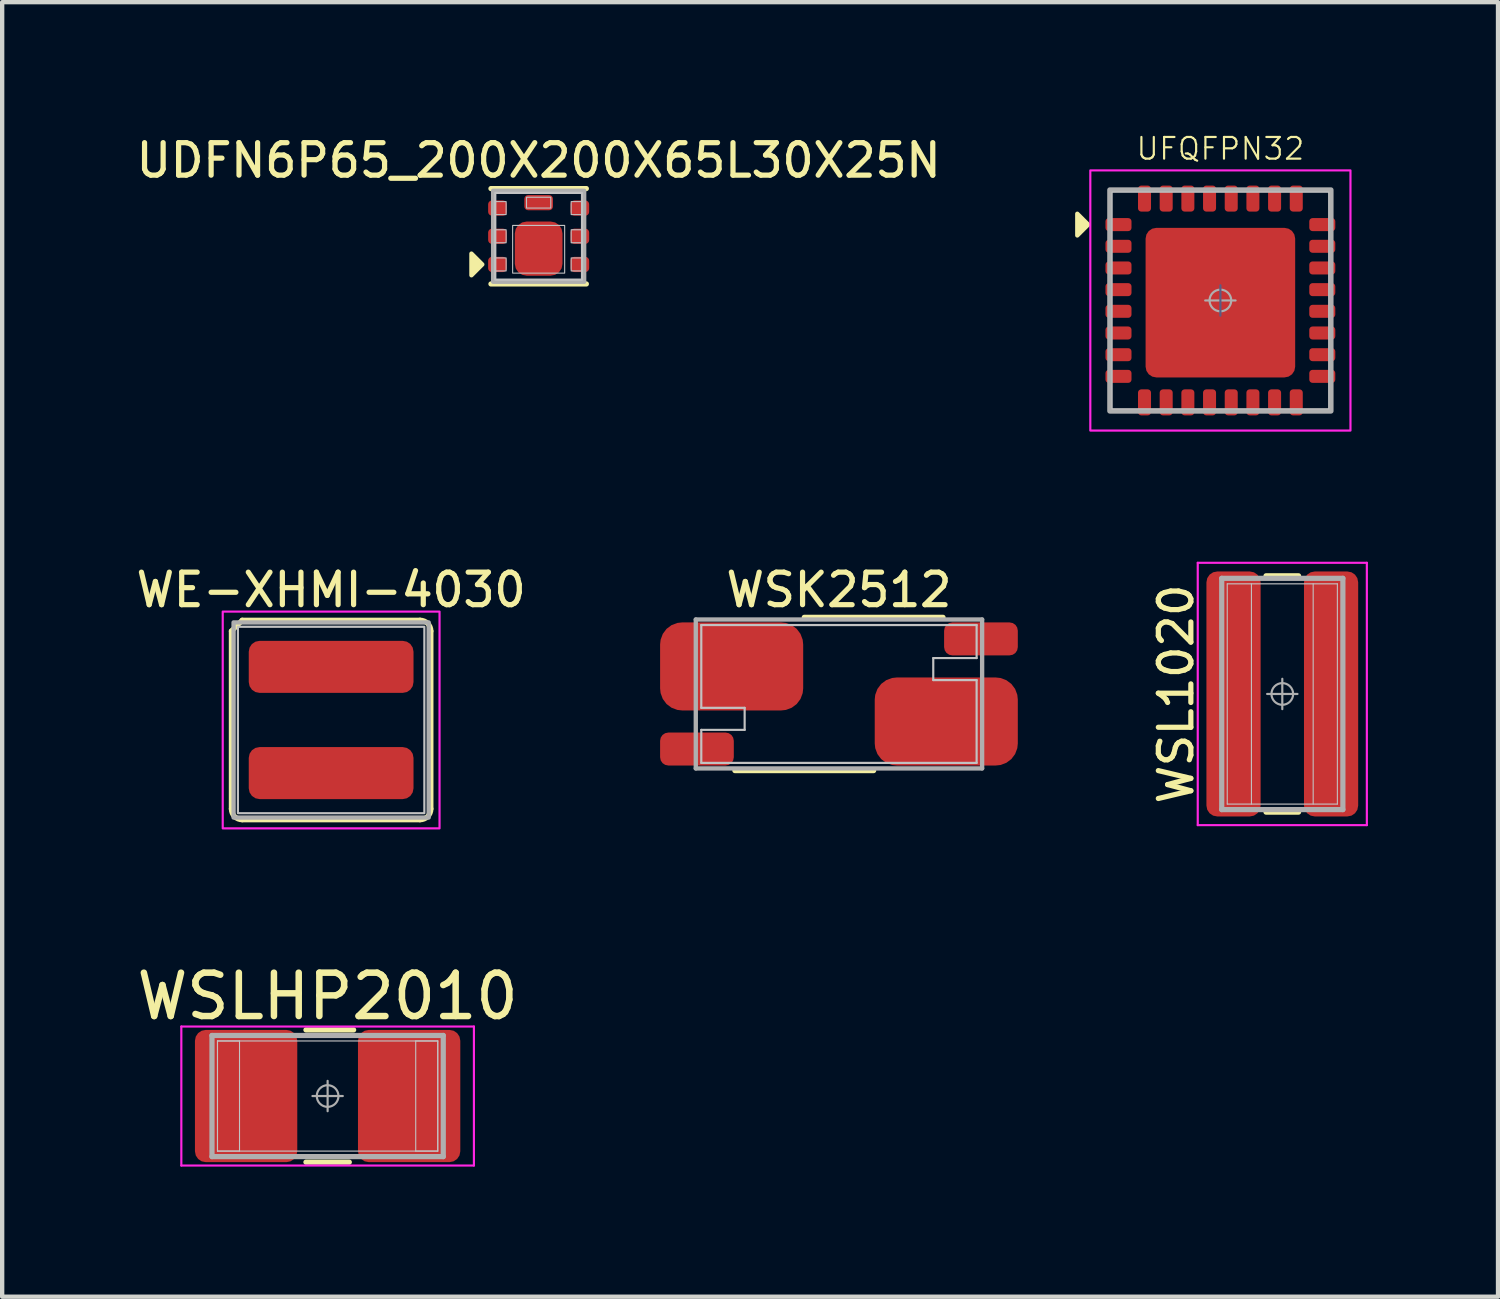
<source format=kicad_pcb>
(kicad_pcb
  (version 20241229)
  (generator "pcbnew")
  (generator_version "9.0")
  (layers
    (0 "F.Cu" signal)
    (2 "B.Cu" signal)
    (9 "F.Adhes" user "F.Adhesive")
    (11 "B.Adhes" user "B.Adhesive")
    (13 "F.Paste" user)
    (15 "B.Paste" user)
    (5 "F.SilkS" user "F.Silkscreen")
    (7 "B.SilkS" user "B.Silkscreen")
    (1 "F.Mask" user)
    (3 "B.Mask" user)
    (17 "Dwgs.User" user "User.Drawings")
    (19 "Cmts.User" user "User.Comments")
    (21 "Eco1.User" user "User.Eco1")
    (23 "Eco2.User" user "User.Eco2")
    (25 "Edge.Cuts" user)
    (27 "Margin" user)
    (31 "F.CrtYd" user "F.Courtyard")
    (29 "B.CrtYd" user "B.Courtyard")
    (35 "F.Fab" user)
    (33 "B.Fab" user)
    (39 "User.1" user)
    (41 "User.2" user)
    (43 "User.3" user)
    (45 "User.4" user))
  (footprint "WSLHP2010"
    (layer "F.Cu")
    (at 4.506 22.228)
    (property "Reference" "WSLHP2010" (at 0 -2.3 0) (layer "F.SilkS") (effects (font (size 1 1) (thickness 0.15))))
    (attr smd)
    (fp_line (start -0.5 -1.525) (end 0.6 -1.525) (stroke (width 0.12) (type solid)) (layer "F.SilkS"))
    (fp_line (start -0.5 1.525) (end 0.5 1.525) (stroke (width 0.12) (type solid)) (layer "F.SilkS"))
    (fp_line (start -2.54 -1.27) (end -2.032 -1.27) (stroke (width 0.025) (type solid)) (layer "Dwgs.User"))
    (fp_line (start -2.54 -1.27) (end 2.54 -1.27) (stroke (width 0.025) (type solid)) (layer "Dwgs.User"))
    (fp_line (start -2.54 1.27) (end -2.54 -1.27) (stroke (width 0.025) (type solid)) (layer "Dwgs.User"))
    (fp_line (start -2.54 1.27) (end -2.54 -1.27) (stroke (width 0.025) (type solid)) (layer "Dwgs.User"))
    (fp_line (start -2.032 -1.27) (end -2.032 1.27) (stroke (width 0.025) (type solid)) (layer "Dwgs.User"))
    (fp_line (start -2.032 1.27) (end -2.54 1.27) (stroke (width 0.025) (type solid)) (layer "Dwgs.User"))
    (fp_line (start 2.032 -1.27) (end 2.54 -1.27) (stroke (width 0.025) (type solid)) (layer "Dwgs.User"))
    (fp_line (start 2.032 1.27) (end 2.032 -1.27) (stroke (width 0.025) (type solid)) (layer "Dwgs.User"))
    (fp_line (start 2.54 -1.27) (end 2.54 1.27) (stroke (width 0.025) (type solid)) (layer "Dwgs.User"))
    (fp_line (start 2.54 -1.27) (end 2.54 1.27) (stroke (width 0.025) (type solid)) (layer "Dwgs.User"))
    (fp_line (start 2.54 1.27) (end -2.54 1.27) (stroke (width 0.025) (type solid)) (layer "Dwgs.User"))
    (fp_line (start 2.54 1.27) (end 2.032 1.27) (stroke (width 0.025) (type solid)) (layer "Dwgs.User"))
    (fp_line (start -3.374 -1.603) (end 3.374 -1.603) (stroke (width 0.05) (type solid)) (layer "F.CrtYd"))
    (fp_line (start -3.374 1.603) (end -3.374 -1.603) (stroke (width 0.05) (type solid)) (layer "F.CrtYd"))
    (fp_line (start 3.374 -1.603) (end 3.374 1.603) (stroke (width 0.05) (type solid)) (layer "F.CrtYd"))
    (fp_line (start 3.374 1.603) (end -3.374 1.603) (stroke (width 0.05) (type solid)) (layer "F.CrtYd"))
    (fp_line (start -2.667 -1.397) (end 2.667 -1.397) (stroke (width 0.12) (type solid)) (layer "F.Fab"))
    (fp_line (start -2.667 1.397) (end -2.667 -1.397) (stroke (width 0.12) (type solid)) (layer "F.Fab"))
    (fp_line (start 0 -0.35) (end 0 0.35) (stroke (width 0.05) (type solid)) (layer "F.Fab"))
    (fp_line (start 0.35 0) (end -0.35 0) (stroke (width 0.05) (type solid)) (layer "F.Fab"))
    (fp_line (start 2.667 -1.397) (end 2.667 1.397) (stroke (width 0.12) (type solid)) (layer "F.Fab"))
    (fp_line (start 2.667 1.397) (end -2.667 1.397) (stroke (width 0.12) (type solid)) (layer "F.Fab"))
    (fp_circle (center 0 0) (end 0.25 0) (stroke (width 0.05) (type solid)) (fill no) (layer "F.Fab"))
    (pad "1" smd roundrect (at -1.88 0) (size 2.36 3.05) (layers "F.Cu" "F.Mask" "F.Paste") (roundrect_rratio 0.106))
    (pad "2" smd roundrect (at 1.88 0) (size 2.36 3.05) (layers "F.Cu" "F.Mask" "F.Paste") (roundrect_rratio 0.106)))
  (footprint "WSL1020"
    (layer "F.Cu")
    (at 26.524 12.955)
    (property "Reference" "WSL1020" (at -2.45 0 270) (layer "F.SilkS") (effects (font (size 0.75 0.75) (thickness 0.12))))
    (attr smd)
    (fp_line (start -0.375 -2.725) (end 0.375 -2.725) (stroke (width 0.12) (type solid)) (layer "F.SilkS"))
    (fp_line (start -0.375 2.725) (end 0.375 2.725) (stroke (width 0.12) (type solid)) (layer "F.SilkS"))
    (fp_line (start -1.27 -2.54) (end 1.27 -2.54) (stroke (width 0.025) (type solid)) (layer "Dwgs.User"))
    (fp_line (start -1.27 2.54) (end -1.27 -2.54) (stroke (width 0.025) (type solid)) (layer "Dwgs.User"))
    (fp_line (start -0.712 -2.54) (end -0.712 2.54) (stroke (width 0.025) (type solid)) (layer "Dwgs.User"))
    (fp_line (start 0.712 2.54) (end 0.712 -2.54) (stroke (width 0.025) (type solid)) (layer "Dwgs.User"))
    (fp_line (start 1.27 -2.54) (end 1.27 2.54) (stroke (width 0.025) (type solid)) (layer "Dwgs.User"))
    (fp_line (start 1.27 2.54) (end -1.27 2.54) (stroke (width 0.025) (type solid)) (layer "Dwgs.User"))
    (fp_line (start -1.95 -3.025) (end 1.95 -3.025) (stroke (width 0.05) (type solid)) (layer "F.CrtYd"))
    (fp_line (start -1.95 3.025) (end -1.95 -3.025) (stroke (width 0.05) (type solid)) (layer "F.CrtYd"))
    (fp_line (start 1.95 -3.025) (end 1.95 3.025) (stroke (width 0.05) (type solid)) (layer "F.CrtYd"))
    (fp_line (start 1.95 3.025) (end -1.95 3.025) (stroke (width 0.05) (type solid)) (layer "F.CrtYd"))
    (fp_line (start -1.397 -2.667) (end 1.397 -2.667) (stroke (width 0.12) (type solid)) (layer "F.Fab"))
    (fp_line (start -1.397 2.667) (end -1.397 -2.667) (stroke (width 0.12) (type solid)) (layer "F.Fab"))
    (fp_line (start 0 -0.35) (end 0 0.35) (stroke (width 0.05) (type solid)) (layer "F.Fab"))
    (fp_line (start 0.35 0) (end -0.35 0) (stroke (width 0.05) (type solid)) (layer "F.Fab"))
    (fp_line (start 1.397 -2.667) (end 1.397 2.667) (stroke (width 0.12) (type solid)) (layer "F.Fab"))
    (fp_line (start 1.397 2.667) (end -1.397 2.667) (stroke (width 0.12) (type solid)) (layer "F.Fab"))
    (fp_circle (center 0 0) (end 0.25 0) (stroke (width 0.05) (type solid)) (fill no) (layer "F.Fab"))
    (pad "1" smd roundrect (at -1.125 0) (size 1.25 5.65) (layers "F.Cu" "F.Mask" "F.Paste") (roundrect_rratio 0.2))
    (pad "2" smd roundrect (at 1.125 0) (size 1.25 5.65) (layers "F.Cu" "F.Mask" "F.Paste") (roundrect_rratio 0.2)))
  (footprint "WE-XHMI-4030"
    (layer "F.Cu")
    (at 4.587 13.555)
    (property "Reference" "WE-XHMI-4030" (at 0 -3 0) (unlocked yes) (layer "F.SilkS") (effects (font (size 0.75 0.75) (thickness 0.12))))
    (attr smd)
    (fp_line (start -2.3 2.05) (end -2.3 -2.05) (stroke (width 0.12) (type default)) (layer "F.SilkS"))
    (fp_line (start -2.05 -2.3) (end -2.3 -2.05) (stroke (width 0.12) (type default)) (layer "F.SilkS"))
    (fp_line (start -2.05 -2.3) (end 2.05 -2.3) (stroke (width 0.12) (type default)) (layer "F.SilkS"))
    (fp_line (start 2.05 2.3) (end -2.05 2.3) (stroke (width 0.12) (type default)) (layer "F.SilkS"))
    (fp_line (start 2.3 -2.05) (end 2.3 2.05) (stroke (width 0.12) (type default)) (layer "F.SilkS"))
    (fp_arc (start -2.05 2.3) (mid -2.226777 2.226777) (end -2.3 2.05) (stroke (width 0.12) (type default)) (layer "F.SilkS"))
    (fp_arc (start 2.05 -2.3) (mid 2.226777 -2.226777) (end 2.3 -2.05) (stroke (width 0.12) (type default)) (layer "F.SilkS"))
    (fp_arc (start 2.3 2.05) (mid 2.226777 2.226777) (end 2.05 2.3) (stroke (width 0.12) (type default)) (layer "F.SilkS"))
    (fp_rect (start -2.15 -2.15) (end 2.15 2.15) (stroke (width 0.05) (type default)) (fill no) (layer "Dwgs.User"))
    (fp_rect (start -2.5 -2.5) (end 2.5 2.5) (stroke (width 0.05) (type default)) (fill no) (layer "F.CrtYd"))
    (fp_rect (start -2.25 -2.25) (end 2.25 2.25) (stroke (width 0.1) (type default)) (fill no) (layer "F.Fab"))
    (pad "1" smd roundrect (at 0 1.225) (size 3.8 1.2) (layers "F.Cu" "F.Mask" "F.Paste") (roundrect_rratio 0.208))
    (pad "2" smd roundrect (at 0 -1.225) (size 3.8 1.2) (layers "F.Cu" "F.Mask" "F.Paste") (roundrect_rratio 0.208)))
  (footprint "UDFN6P65_200X200X65L30X25N"
    (layer "F.Cu")
    (at 9.373 2.399)
    (property "Reference" "UDFN6P65_200X200X65L30X25N" (at 0 -1.75 0) (unlocked yes) (layer "F.SilkS") (effects (font (size 0.75 0.75) (thickness 0.12))))
    (attr smd)
    (fp_line (start 1.1 -1.1) (end -1.1 -1.1) (stroke (width 0.12) (type default)) (layer "F.SilkS"))
    (fp_line (start 1.1 1.1) (end -1.1 1.1) (stroke (width 0.12) (type default)) (layer "F.SilkS"))
    (fp_poly (pts (xy -1.3 0.65) (xy -1.55 0.9) (xy -1.55 0.4)) (stroke (width 0.1) (type solid)) (fill yes) (layer "F.SilkS"))
    (fp_rect (start -1 -1) (end 1 1) (stroke (width 0.05) (type default)) (fill no) (layer "Dwgs.User"))
    (fp_rect (start -1 -0.8) (end -0.75 -0.5) (stroke (width 0.025) (type default)) (fill no) (layer "Dwgs.User"))
    (fp_rect (start -1 -0.15) (end -0.75 0.15) (stroke (width 0.025) (type default)) (fill no) (layer "Dwgs.User"))
    (fp_rect (start -1 0.5) (end -0.75 0.8) (stroke (width 0.025) (type default)) (fill no) (layer "Dwgs.User"))
    (fp_rect (start -0.6 -0.25) (end 0.6 0.85) (stroke (width 0.025) (type default)) (fill no) (layer "Dwgs.User"))
    (fp_rect (start -0.28 -0.9) (end 0.28 -0.65) (stroke (width 0.025) (type default)) (fill no) (layer "Dwgs.User"))
    (fp_rect (start 0.75 -0.8) (end 1 -0.5) (stroke (width 0.025) (type default)) (fill no) (layer "Dwgs.User"))
    (fp_rect (start 0.75 -0.15) (end 1 0.15) (stroke (width 0.025) (type default)) (fill no) (layer "Dwgs.User"))
    (fp_rect (start 0.75 0.5) (end 1 0.8) (stroke (width 0.025) (type default)) (fill no) (layer "Dwgs.User"))
    (fp_rect (start -1.05 -1.05) (end 1.05 1.05) (stroke (width 0.1) (type default)) (fill no) (layer "F.Fab"))
    (pad "1" smd roundrect (at -0.95 0.65) (size 0.43 0.35) (layers "F.Cu" "F.Mask" "F.Paste") (roundrect_rratio 0.25))
    (pad "2" smd roundrect (at -0.95 0) (size 0.43 0.35) (layers "F.Cu" "F.Mask" "F.Paste") (roundrect_rratio 0.25))
    (pad "3" smd roundrect (at -0.95 -0.65) (size 0.43 0.35) (layers "F.Cu" "F.Mask" "F.Paste") (roundrect_rratio 0.25))
    (pad "4" smd roundrect (at 0.95 -0.65) (size 0.43 0.35) (layers "F.Cu" "F.Mask" "F.Paste") (roundrect_rratio 0.25))
    (pad "5" smd roundrect (at 0.95 0) (size 0.43 0.35) (layers "F.Cu" "F.Mask" "F.Paste") (roundrect_rratio 0.25))
    (pad "6" smd roundrect (at 0.95 0.65) (size 0.43 0.35) (layers "F.Cu" "F.Mask" "F.Paste") (roundrect_rratio 0.25))
    (pad "7" smd roundrect (at 0 0.285) (size 1.1 1.25) (layers "F.Cu" "F.Mask" "F.Paste") (roundrect_rratio 0.25))
    (pad "8" smd roundrect (at 0 -0.775) (size 0.66 0.35) (layers "F.Cu" "F.Mask" "F.Paste") (roundrect_rratio 0.25)))
  (footprint "UFQFPN32"
    (layer "F.Cu")
    (at 25.096 3.88)
    (property "Reference" "UFQFPN32" (at 0 -3.5 0) (unlocked yes) (layer "F.SilkS") (effects (font (size 0.5 0.5) (thickness 0.05))))
    (attr smd)
    (fp_poly (pts (xy -3.05 -1.75) (xy -3.3 -1.5) (xy -3.3 -2)) (stroke (width 0.1) (type solid)) (fill yes) (layer "F.SilkS"))
    (fp_rect (start -2.5 -2.5) (end 2.5 2.5) (stroke (width 0.025) (type default)) (fill no) (layer "Dwgs.User"))
    (fp_rect (start -3 -3) (end 3 3) (stroke (width 0.05) (type default)) (fill no) (layer "F.CrtYd"))
    (fp_line (start 0 -0.35) (end 0 0.35) (stroke (width 0.05) (type solid)) (layer "B.Fab"))
    (fp_line (start 0.35 0) (end -0.35 0) (stroke (width 0.05) (type solid)) (layer "F.Fab"))
    (fp_rect (start -2.55 -2.55) (end 2.55 2.55) (stroke (width 0.12) (type default)) (fill no) (layer "F.Fab"))
    (fp_circle (center 0 0) (end 0.25 0) (stroke (width 0.05) (type solid)) (fill no) (layer "F.Fab"))
    (pad "1" smd roundrect (at -2.35 -1.75) (size 0.6 0.3) (layers "F.Cu" "F.Mask" "F.Paste") (roundrect_rratio 0.25))
    (pad "2" smd roundrect (at -2.35 -1.25) (size 0.6 0.3) (layers "F.Cu" "F.Mask" "F.Paste") (roundrect_rratio 0.25))
    (pad "3" smd roundrect (at -2.35 -0.75) (size 0.6 0.3) (layers "F.Cu" "F.Mask" "F.Paste") (roundrect_rratio 0.25))
    (pad "4" smd roundrect (at -2.35 -0.25) (size 0.6 0.3) (layers "F.Cu" "F.Mask" "F.Paste") (roundrect_rratio 0.25))
    (pad "5" smd roundrect (at -2.35 0.25) (size 0.6 0.3) (layers "F.Cu" "F.Mask" "F.Paste") (roundrect_rratio 0.25))
    (pad "6" smd roundrect (at -2.35 0.75) (size 0.6 0.3) (layers "F.Cu" "F.Mask" "F.Paste") (roundrect_rratio 0.25))
    (pad "7" smd roundrect (at -2.35 1.25) (size 0.6 0.3) (layers "F.Cu" "F.Mask" "F.Paste") (roundrect_rratio 0.25))
    (pad "8" smd roundrect (at -2.35 1.75) (size 0.6 0.3) (layers "F.Cu" "F.Mask" "F.Paste") (roundrect_rratio 0.25))
    (pad "9" smd roundrect (at -1.75 2.35 270) (size 0.6 0.3) (layers "F.Cu" "F.Mask" "F.Paste") (roundrect_rratio 0.25))
    (pad "10" smd roundrect (at -1.25 2.35 270) (size 0.6 0.3) (layers "F.Cu" "F.Mask" "F.Paste") (roundrect_rratio 0.25))
    (pad "11" smd roundrect (at -0.75 2.35 270) (size 0.6 0.3) (layers "F.Cu" "F.Mask" "F.Paste") (roundrect_rratio 0.25))
    (pad "12" smd roundrect (at -0.25 2.35 270) (size 0.6 0.3) (layers "F.Cu" "F.Mask" "F.Paste") (roundrect_rratio 0.25))
    (pad "13" smd roundrect (at 0.25 2.35 270) (size 0.6 0.3) (layers "F.Cu" "F.Mask" "F.Paste") (roundrect_rratio 0.25))
    (pad "14" smd roundrect (at 0.75 2.35 270) (size 0.6 0.3) (layers "F.Cu" "F.Mask" "F.Paste") (roundrect_rratio 0.25))
    (pad "15" smd roundrect (at 1.25 2.35 270) (size 0.6 0.3) (layers "F.Cu" "F.Mask" "F.Paste") (roundrect_rratio 0.25))
    (pad "16" smd roundrect (at 1.75 2.35 270) (size 0.6 0.3) (layers "F.Cu" "F.Mask" "F.Paste") (roundrect_rratio 0.25))
    (pad "17" smd roundrect (at 2.35 1.75) (size 0.6 0.3) (layers "F.Cu" "F.Mask" "F.Paste") (roundrect_rratio 0.25))
    (pad "18" smd roundrect (at 2.35 1.25) (size 0.6 0.3) (layers "F.Cu" "F.Mask" "F.Paste") (roundrect_rratio 0.25))
    (pad "19" smd roundrect (at 2.35 0.75) (size 0.6 0.3) (layers "F.Cu" "F.Mask" "F.Paste") (roundrect_rratio 0.25))
    (pad "20" smd roundrect (at 2.35 0.25) (size 0.6 0.3) (layers "F.Cu" "F.Mask" "F.Paste") (roundrect_rratio 0.25))
    (pad "21" smd roundrect (at 2.35 -0.25) (size 0.6 0.3) (layers "F.Cu" "F.Mask" "F.Paste") (roundrect_rratio 0.25))
    (pad "22" smd roundrect (at 2.35 -0.75) (size 0.6 0.3) (layers "F.Cu" "F.Mask" "F.Paste") (roundrect_rratio 0.25))
    (pad "23" smd roundrect (at 2.35 -1.25) (size 0.6 0.3) (layers "F.Cu" "F.Mask" "F.Paste") (roundrect_rratio 0.25))
    (pad "24" smd roundrect (at 2.35 -1.75) (size 0.6 0.3) (layers "F.Cu" "F.Mask" "F.Paste") (roundrect_rratio 0.25))
    (pad "25" smd roundrect (at 1.75 -2.35 90) (size 0.6 0.3) (layers "F.Cu" "F.Mask" "F.Paste") (roundrect_rratio 0.25))
    (pad "26" smd roundrect (at 1.25 -2.35 90) (size 0.6 0.3) (layers "F.Cu" "F.Mask" "F.Paste") (roundrect_rratio 0.25))
    (pad "27" smd roundrect (at 0.75 -2.35 90) (size 0.6 0.3) (layers "F.Cu" "F.Mask" "F.Paste") (roundrect_rratio 0.25))
    (pad "28" smd roundrect (at 0.25 -2.35 90) (size 0.6 0.3) (layers "F.Cu" "F.Mask" "F.Paste") (roundrect_rratio 0.25))
    (pad "29" smd roundrect (at -0.25 -2.35 90) (size 0.6 0.3) (layers "F.Cu" "F.Mask" "F.Paste") (roundrect_rratio 0.25))
    (pad "30" smd roundrect (at -0.75 -2.35 90) (size 0.6 0.3) (layers "F.Cu" "F.Mask" "F.Paste") (roundrect_rratio 0.25))
    (pad "31" smd roundrect (at -1.25 -2.35 90) (size 0.6 0.3) (layers "F.Cu" "F.Mask" "F.Paste") (roundrect_rratio 0.25))
    (pad "32" smd roundrect (at -1.75 -2.35 90) (size 0.6 0.3) (layers "F.Cu" "F.Mask" "F.Paste") (roundrect_rratio 0.25))
    (pad "33" smd roundrect (at 0 0.05 180) (size 3.45 3.45) (layers "F.Cu" "F.Mask" "F.Paste") (roundrect_rratio 0.072)))
  (footprint "WSK2512"
    (layer "F.Cu")
    (at 16.299 12.955)
    (property "Reference" "WSK2512" (at 0 -2.4 0) (unlocked yes) (layer "F.SilkS") (effects (font (size 0.75 0.75) (thickness 0.12))))
    (attr smd)
    (fp_line (start 0.8 1.767) (end -2.4 1.767) (stroke (width 0.12) (type default)) (layer "F.SilkS"))
    (fp_line (start 2.4 -1.767) (end -0.8 -1.767) (stroke (width 0.12) (type default)) (layer "F.SilkS"))
    (fp_line (start -3.175 -1.59) (end -3.175 0.32) (stroke (width 0.05) (type default)) (layer "Dwgs.User"))
    (fp_line (start -3.175 -1.59) (end 3.175 -1.59) (stroke (width 0.05) (type default)) (layer "Dwgs.User"))
    (fp_line (start -3.175 0.32) (end -2.175 0.32) (stroke (width 0.05) (type default)) (layer "Dwgs.User"))
    (fp_line (start -3.175 0.828) (end -3.175 1.59) (stroke (width 0.05) (type default)) (layer "Dwgs.User"))
    (fp_line (start -3.175 0.828) (end -2.175 0.828) (stroke (width 0.05) (type default)) (layer "Dwgs.User"))
    (fp_line (start -3.175 1.59) (end 3.175 1.59) (stroke (width 0.05) (type default)) (layer "Dwgs.User"))
    (fp_line (start -2.175 0.828) (end -2.175 0.32) (stroke (width 0.05) (type default)) (layer "Dwgs.User"))
    (fp_line (start 2.175 -0.828) (end 2.175 -0.32) (stroke (width 0.05) (type default)) (layer "Dwgs.User"))
    (fp_line (start 3.175 -1.59) (end 3.175 -0.828) (stroke (width 0.05) (type default)) (layer "Dwgs.User"))
    (fp_line (start 3.175 -0.828) (end 2.175 -0.828) (stroke (width 0.05) (type default)) (layer "Dwgs.User"))
    (fp_line (start 3.175 -0.32) (end 2.175 -0.32) (stroke (width 0.05) (type default)) (layer "Dwgs.User"))
    (fp_line (start 3.175 -0.32) (end 3.175 1.59) (stroke (width 0.05) (type default)) (layer "Dwgs.User"))
    (fp_line (start -3.302 1.717) (end -3.302 -1.717) (stroke (width 0.1) (type default)) (layer "F.Fab"))
    (fp_line (start 3.302 -1.717) (end -3.302 -1.717) (stroke (width 0.1) (type default)) (layer "F.Fab"))
    (fp_line (start 3.302 -1.717) (end 3.302 1.717) (stroke (width 0.1) (type default)) (layer "F.Fab"))
    (fp_line (start 3.302 1.717) (end -3.302 1.717) (stroke (width 0.1) (type default)) (layer "F.Fab"))
    (pad "1" smd roundrect (at -2.475 -0.635) (size 3.3 2.03) (layers "F.Cu" "F.Mask" "F.Paste") (roundrect_rratio 0.25))
    (pad "2" smd roundrect (at -3.275 1.27) (size 1.7 0.76) (layers "F.Cu" "F.Mask" "F.Paste") (roundrect_rratio 0.25))
    (pad "3" smd roundrect (at 2.475 0.635) (size 3.3 2.03) (layers "F.Cu" "F.Mask" "F.Paste") (roundrect_rratio 0.25))
    (pad "4" smd roundrect (at 3.275 -1.27) (size 1.7 0.76) (layers "F.Cu" "F.Mask" "F.Paste") (roundrect_rratio 0.25)))
  (gr_rect
    (start -3 -3)
    (end 31.499 26.856)
    (stroke (width 0.1) (type default))
    (fill no)
    (layer "Edge.Cuts")))
</source>
